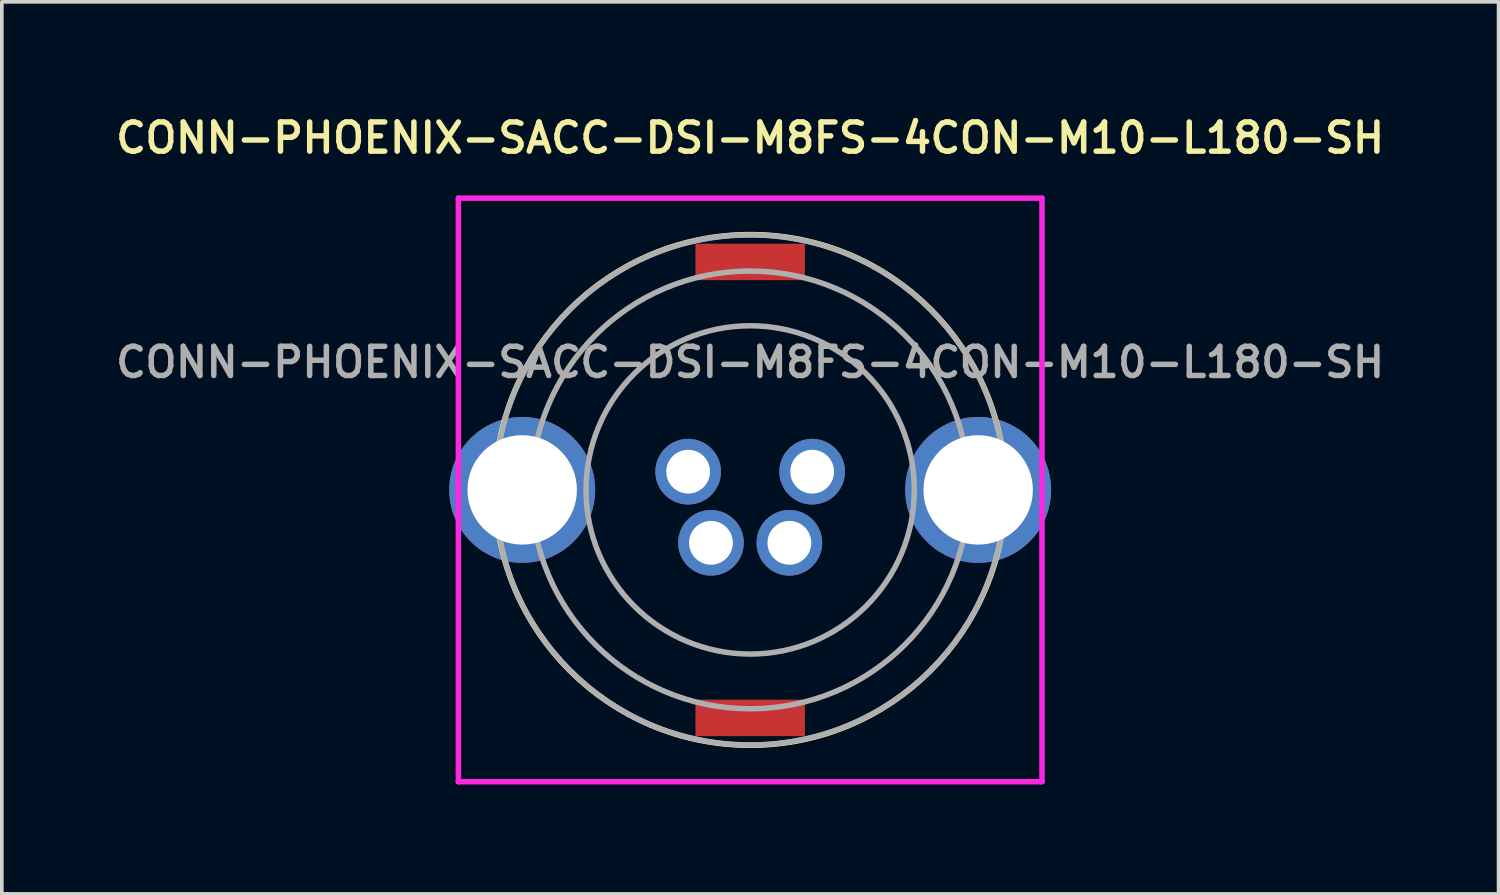
<source format=kicad_pcb>
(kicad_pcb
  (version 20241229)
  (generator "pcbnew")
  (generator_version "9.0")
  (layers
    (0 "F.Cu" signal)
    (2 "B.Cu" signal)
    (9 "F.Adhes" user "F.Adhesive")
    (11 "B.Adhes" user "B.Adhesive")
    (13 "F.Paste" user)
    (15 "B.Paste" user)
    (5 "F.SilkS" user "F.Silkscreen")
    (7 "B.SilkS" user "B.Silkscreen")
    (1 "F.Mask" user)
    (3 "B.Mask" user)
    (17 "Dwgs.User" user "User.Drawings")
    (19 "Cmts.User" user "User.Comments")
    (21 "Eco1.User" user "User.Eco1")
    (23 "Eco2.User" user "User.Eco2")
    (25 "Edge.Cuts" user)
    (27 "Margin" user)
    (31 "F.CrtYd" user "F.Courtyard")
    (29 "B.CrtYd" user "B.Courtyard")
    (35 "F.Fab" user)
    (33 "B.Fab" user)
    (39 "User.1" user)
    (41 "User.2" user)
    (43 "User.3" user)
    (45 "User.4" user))
  (footprint "CONN-PHOENIX-SACC-DSI-M8FS-4CON-M10-L180-SH"
    (layer "F.Cu")
    (at 17.516 10.381)
    (property "Reference" "CONN-PHOENIX-SACC-DSI-M8FS-4CON-M10-L180-SH" (at 0 -9.65 0) (layer "F.SilkS") (effects (font (size 0.8 0.8) (thickness 0.15))))
    (attr through_hole)
    (fp_circle (center 0 0) (end 7 0) (stroke (width 0.15) (type solid)) (fill no) (layer "F.SilkS"))
    (fp_line (start -8 -8) (end 8 -8) (stroke (width 0.15) (type solid)) (layer "F.CrtYd"))
    (fp_line (start -8 8) (end -8 -8) (stroke (width 0.15) (type solid)) (layer "F.CrtYd"))
    (fp_line (start 8 -8) (end 8 8) (stroke (width 0.15) (type solid)) (layer "F.CrtYd"))
    (fp_line (start 8 8) (end -8 8) (stroke (width 0.15) (type solid)) (layer "F.CrtYd"))
    (fp_circle (center -1.7 -0.5) (end -1.2 -0.5) (stroke (width 0.15) (type solid)) (fill no) (layer "F.Fab"))
    (fp_circle (center -1.072 1.45) (end -0.6 1.6) (stroke (width 0.15) (type solid)) (fill no) (layer "F.Fab"))
    (fp_circle (center 0 0) (end 4.5 0) (stroke (width 0.15) (type solid)) (fill no) (layer "F.Fab"))
    (fp_circle (center 0 0) (end 6 0) (stroke (width 0.15) (type solid)) (fill no) (layer "F.Fab"))
    (fp_circle (center 0 0) (end 6.85 1.4) (stroke (width 0.15) (type solid)) (fill no) (layer "F.Fab"))
    (fp_circle (center 1.089 1.45) (end 1.55 1.55) (stroke (width 0.15) (type solid)) (fill no) (layer "F.Fab"))
    (fp_circle (center 1.7 -0.5) (end 2.2 -0.5) (stroke (width 0.15) (type solid)) (fill no) (layer "F.Fab"))
    (fp_text user "${REFERENCE}" (at 0 -3.5 0) (layer "F.Fab") (effects (font (size 0.8 0.8) (thickness 0.15))))
    (pad "" thru_hole circle (at -6.25 0) (size 4 4) (drill 3) (layers "*.Cu" "*.Mask"))
    (pad "" smd rect (at 0 -6.25) (size 3 1) (layers "F.Cu" "F.Mask" "F.Paste"))
    (pad "" smd rect (at 0 6.25) (size 3 1) (layers "F.Cu" "F.Mask" "F.Paste"))
    (pad "" thru_hole circle (at 6.25 0) (size 4 4) (drill 3) (layers "*.Cu" "*.Mask"))
    (pad "1" thru_hole circle (at -1.7 -0.5) (size 1.8 1.8) (drill 1.2) (layers "*.Cu" "*.Mask"))
    (pad "2" thru_hole circle (at -1.075 1.45) (size 1.8 1.8) (drill 1.2) (layers "*.Cu" "*.Mask"))
    (pad "3" thru_hole circle (at 1.7 -0.5) (size 1.8 1.8) (drill 1.2) (layers "*.Cu" "*.Mask"))
    (pad "4" thru_hole circle (at 1.075 1.45) (size 1.8 1.8) (drill 1.2) (layers "*.Cu" "*.Mask")))
  (gr_rect
    (start -3 -3)
    (end 38.033 21.456)
    (stroke (width 0.1) (type default))
    (fill no)
    (layer "Edge.Cuts")))
</source>
